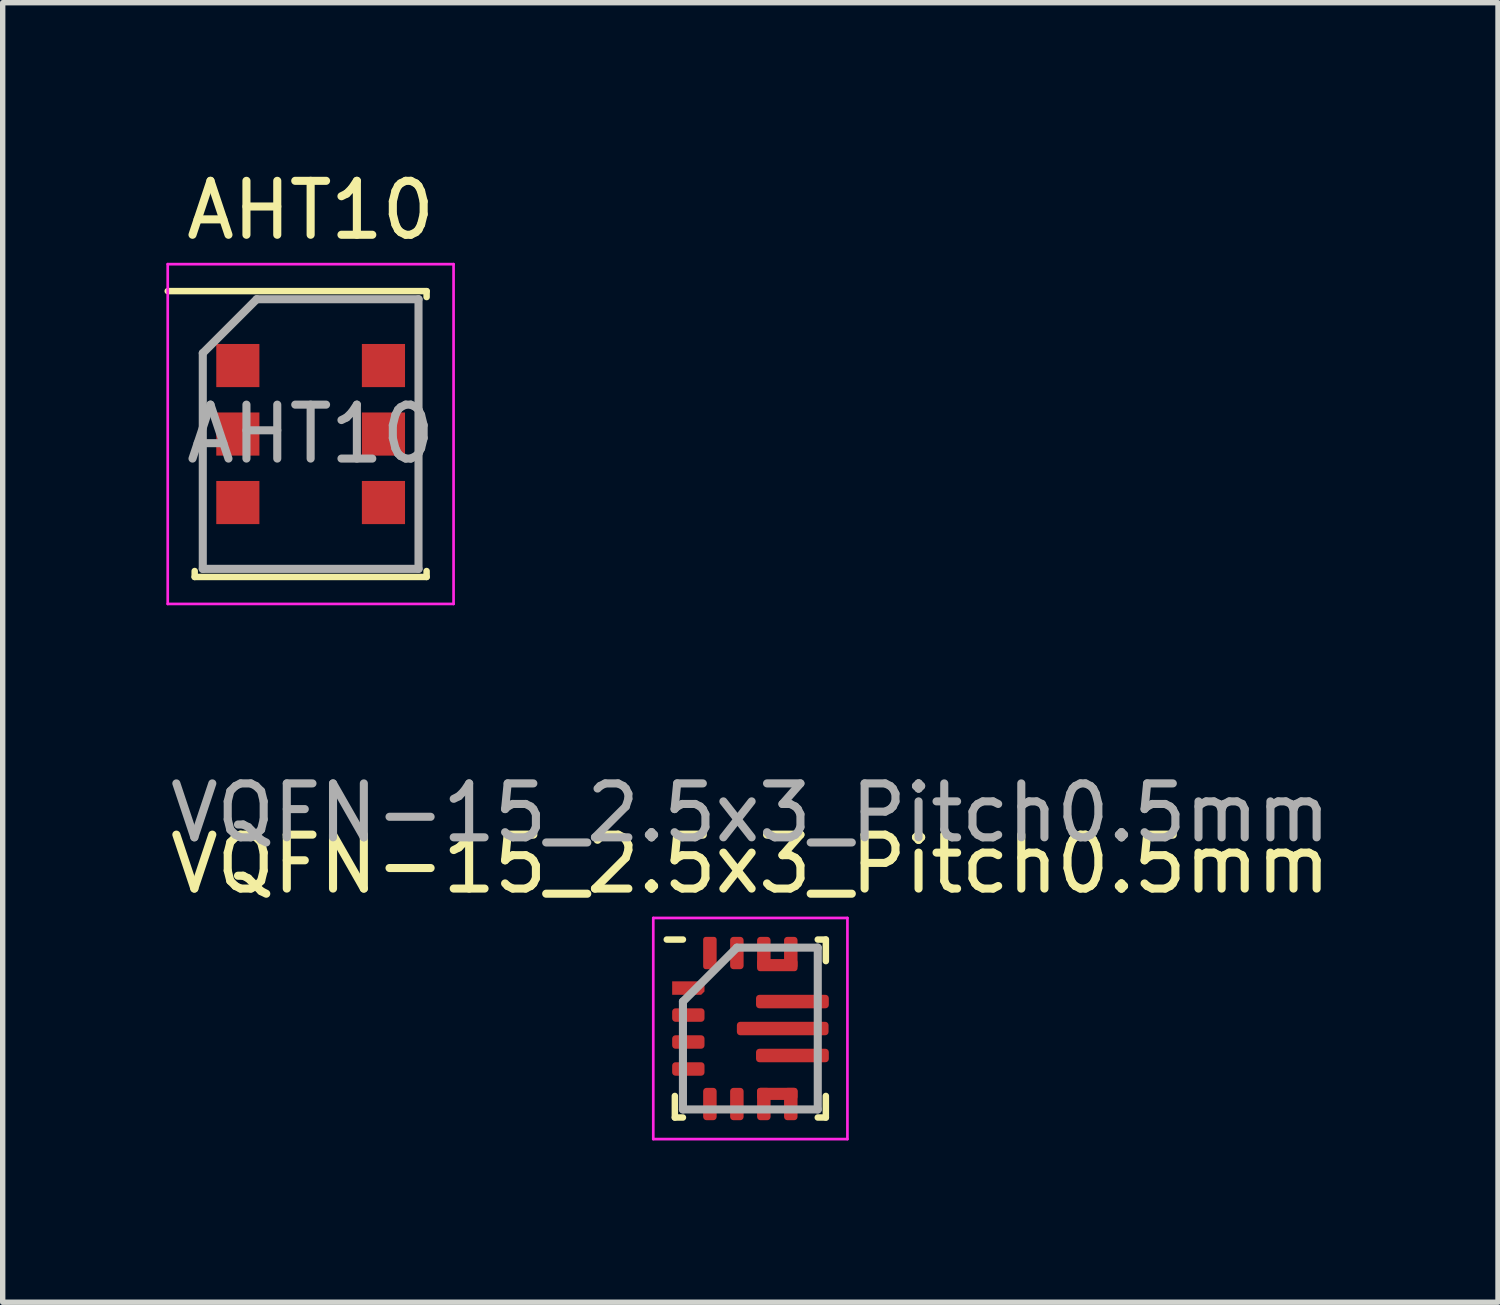
<source format=kicad_pcb>
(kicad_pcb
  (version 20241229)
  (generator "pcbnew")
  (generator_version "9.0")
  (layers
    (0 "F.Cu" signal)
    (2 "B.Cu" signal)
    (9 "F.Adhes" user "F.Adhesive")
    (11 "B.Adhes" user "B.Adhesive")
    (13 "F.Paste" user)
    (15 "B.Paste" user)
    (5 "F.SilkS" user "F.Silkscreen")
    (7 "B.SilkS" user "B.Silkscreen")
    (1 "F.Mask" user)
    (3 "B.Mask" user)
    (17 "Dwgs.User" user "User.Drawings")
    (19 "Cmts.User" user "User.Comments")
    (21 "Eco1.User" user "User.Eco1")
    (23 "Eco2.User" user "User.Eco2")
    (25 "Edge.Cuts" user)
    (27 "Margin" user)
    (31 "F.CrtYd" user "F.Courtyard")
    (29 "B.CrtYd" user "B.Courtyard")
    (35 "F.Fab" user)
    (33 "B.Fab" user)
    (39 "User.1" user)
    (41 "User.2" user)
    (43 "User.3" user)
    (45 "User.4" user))
  (footprint "AHT10"
    (layer "F.Cu")
    (at 2.71 4.998)
    (property "Reference" "AHT10" (at 0 -4.15 0) (layer "F.SilkS") (effects (font (size 1 1) (thickness 0.15))))
    (attr smd)
    (fp_line (start -2.65 -2.65) (end 2.15 -2.65) (stroke (width 0.12) (type default)) (layer "F.SilkS"))
    (fp_line (start -2.15 2.54) (end -2.15 2.65) (stroke (width 0.12) (type default)) (layer "F.SilkS"))
    (fp_line (start -2.15 2.65) (end 2.15 2.65) (stroke (width 0.12) (type default)) (layer "F.SilkS"))
    (fp_line (start 2.15 -2.65) (end 2.15 -2.54) (stroke (width 0.12) (type default)) (layer "F.SilkS"))
    (fp_line (start 2.15 2.65) (end 2.15 2.54) (stroke (width 0.12) (type default)) (layer "F.SilkS"))
    (fp_line (start -2.65 -3.15) (end 2.65 -3.15) (stroke (width 0.05) (type default)) (layer "F.CrtYd"))
    (fp_line (start -2.65 3.15) (end -2.65 -3.15) (stroke (width 0.05) (type default)) (layer "F.CrtYd"))
    (fp_line (start 2.65 -3.15) (end 2.65 3.15) (stroke (width 0.05) (type default)) (layer "F.CrtYd"))
    (fp_line (start 2.65 3.15) (end -2.65 3.15) (stroke (width 0.05) (type default)) (layer "F.CrtYd"))
    (fp_line (start -2 -1.5) (end -2 2.5) (stroke (width 0.15) (type default)) (layer "F.Fab"))
    (fp_line (start -2 2.5) (end 2 2.5) (stroke (width 0.15) (type default)) (layer "F.Fab"))
    (fp_line (start -1 -2.5) (end -2 -1.5) (stroke (width 0.15) (type default)) (layer "F.Fab"))
    (fp_line (start 2 -2.5) (end -1 -2.5) (stroke (width 0.15) (type default)) (layer "F.Fab"))
    (fp_line (start 2 2.5) (end 2 -2.5) (stroke (width 0.15) (type default)) (layer "F.Fab"))
    (fp_text user "${REFERENCE}" (at 0 0 0) (layer "F.Fab") (effects (font (size 1 1) (thickness 0.15))))
    (pad "1" smd rect (at -1.35 -1.27 90) (size 0.8 0.8) (layers "F.Cu" "F.Mask" "F.Paste"))
    (pad "2" smd rect (at -1.35 0 90) (size 0.8 0.8) (layers "F.Cu" "F.Mask" "F.Paste"))
    (pad "3" smd rect (at -1.35 1.27 90) (size 0.8 0.8) (layers "F.Cu" "F.Mask" "F.Paste"))
    (pad "4" smd rect (at 1.35 1.27 90) (size 0.8 0.8) (layers "F.Cu" "F.Mask" "F.Paste"))
    (pad "5" smd rect (at 1.35 0 90) (size 0.8 0.8) (layers "F.Cu" "F.Mask" "F.Paste"))
    (pad "6" smd rect (at 1.35 -1.27 90) (size 0.8 0.8) (layers "F.Cu" "F.Mask" "F.Paste")))
  (footprint "VQFN-15_2.5x3_Pitch0.5mm"
    (layer "F.Cu")
    (at 10.863 16.021)
    (property "Reference" "VQFN-15_2.5x3_Pitch0.5mm" (at 0 -3.05 0) (layer "F.SilkS") (effects (font (size 1 1) (thickness 0.15))))
    (attr smd)
    (fp_line (start -1.4 1.65) (end -1.4 1.25) (stroke (width 0.12) (type default)) (layer "F.SilkS"))
    (fp_line (start -1.25 -1.65) (end -1.55 -1.65) (stroke (width 0.12) (type default)) (layer "F.SilkS"))
    (fp_line (start -1.25 1.65) (end -1.4 1.65) (stroke (width 0.12) (type default)) (layer "F.SilkS"))
    (fp_line (start 1.25 -1.65) (end 1.4 -1.65) (stroke (width 0.12) (type default)) (layer "F.SilkS"))
    (fp_line (start 1.25 1.65) (end 1.4 1.65) (stroke (width 0.12) (type default)) (layer "F.SilkS"))
    (fp_line (start 1.4 -1.65) (end 1.4 -1.25) (stroke (width 0.12) (type default)) (layer "F.SilkS"))
    (fp_line (start 1.4 1.65) (end 1.4 1.25) (stroke (width 0.12) (type default)) (layer "F.SilkS"))
    (fp_line (start -1.8 -2.05) (end 1.8 -2.05) (stroke (width 0.05) (type default)) (layer "F.CrtYd"))
    (fp_line (start -1.8 2.05) (end -1.8 -2.05) (stroke (width 0.05) (type default)) (layer "F.CrtYd"))
    (fp_line (start 1.8 -2.05) (end 1.8 2.05) (stroke (width 0.05) (type default)) (layer "F.CrtYd"))
    (fp_line (start 1.8 2.05) (end -1.8 2.05) (stroke (width 0.05) (type default)) (layer "F.CrtYd"))
    (fp_line (start -1.25 -0.5) (end -1.25 1.5) (stroke (width 0.15) (type default)) (layer "F.Fab"))
    (fp_line (start -1.25 1.5) (end 1.25 1.5) (stroke (width 0.15) (type default)) (layer "F.Fab"))
    (fp_line (start -0.25 -1.5) (end -1.25 -0.5) (stroke (width 0.15) (type default)) (layer "F.Fab"))
    (fp_line (start 1.25 -1.5) (end -0.25 -1.5) (stroke (width 0.15) (type default)) (layer "F.Fab"))
    (fp_line (start 1.25 1.5) (end 1.25 -1.5) (stroke (width 0.15) (type default)) (layer "F.Fab"))
    (fp_text user "${REFERENCE}" (at 0 -4 0) (layer "F.Fab") (effects (font (size 1 1) (thickness 0.15))))
    (pad "1" smd roundrect (at -1.15 -0.75 90) (size 0.25 0.6) (layers "F.Cu" "F.Mask" "F.Paste") (roundrect_rratio 0) (chamfer_ratio 0.25) (chamfer bottom_left bottom_right))
    (pad "2" smd roundrect (at -1.15 -0.25 90) (size 0.25 0.6) (layers "F.Cu" "F.Mask" "F.Paste") (roundrect_rratio 0.25))
    (pad "3" smd roundrect (at -1.15 0.25 90) (size 0.25 0.6) (layers "F.Cu" "F.Mask" "F.Paste") (roundrect_rratio 0.25))
    (pad "4" smd roundrect (at -1.15 0.75 90) (size 0.25 0.6) (layers "F.Cu" "F.Mask" "F.Paste") (roundrect_rratio 0.25))
    (pad "5" smd roundrect (at -0.75 1.4) (size 0.25 0.6) (layers "F.Cu" "F.Mask" "F.Paste") (roundrect_rratio 0.25))
    (pad "6" smd roundrect (at -0.25 1.4) (size 0.25 0.6) (layers "F.Cu" "F.Mask" "F.Paste") (roundrect_rratio 0.25))
    (pad "7" smd roundrect (at 0.25 1.4) (size 0.25 0.6) (layers "F.Cu" "F.Mask" "F.Paste") (roundrect_rratio 0.25))
    (pad "7" smd roundrect (at 0.5 1.212 90) (size 0.225 0.75) (layers "F.Cu" "F.Mask" "F.Paste") (roundrect_rratio 0.25))
    (pad "8" smd roundrect (at 0.75 1.4) (size 0.25 0.6) (layers "F.Cu" "F.Mask" "F.Paste") (roundrect_rratio 0.25))
    (pad "9" smd roundrect (at 0.78 0.5 90) (size 0.25 1.35) (layers "F.Cu" "F.Mask" "F.Paste") (roundrect_rratio 0.25))
    (pad "10" smd roundrect (at 0.6 0 90) (size 0.25 1.7) (layers "F.Cu" "F.Mask" "F.Paste") (roundrect_rratio 0.25))
    (pad "11" smd roundrect (at 0.78 -0.5 90) (size 0.25 1.35) (layers "F.Cu" "F.Mask" "F.Paste") (roundrect_rratio 0.25))
    (pad "12" smd roundrect (at 0.5 -1.175 90) (size 0.225 0.75) (layers "F.Cu" "F.Mask" "F.Paste") (roundrect_rratio 0.25))
    (pad "12" smd roundrect (at 0.75 -1.4) (size 0.25 0.6) (layers "F.Cu" "F.Mask" "F.Paste") (roundrect_rratio 0.25))
    (pad "13" smd roundrect (at 0.25 -1.4) (size 0.25 0.6) (layers "F.Cu" "F.Mask" "F.Paste") (roundrect_rratio 0.25))
    (pad "14" smd roundrect (at -0.25 -1.4) (size 0.25 0.6) (layers "F.Cu" "F.Mask" "F.Paste") (roundrect_rratio 0.25))
    (pad "15" smd roundrect (at -0.75 -1.4) (size 0.25 0.6) (layers "F.Cu" "F.Mask" "F.Paste") (roundrect_rratio 0.2)))
  (gr_rect
    (start -3 -3)
    (end 24.726 21.096)
    (stroke (width 0.1) (type default))
    (fill no)
    (layer "Edge.Cuts")))
</source>
